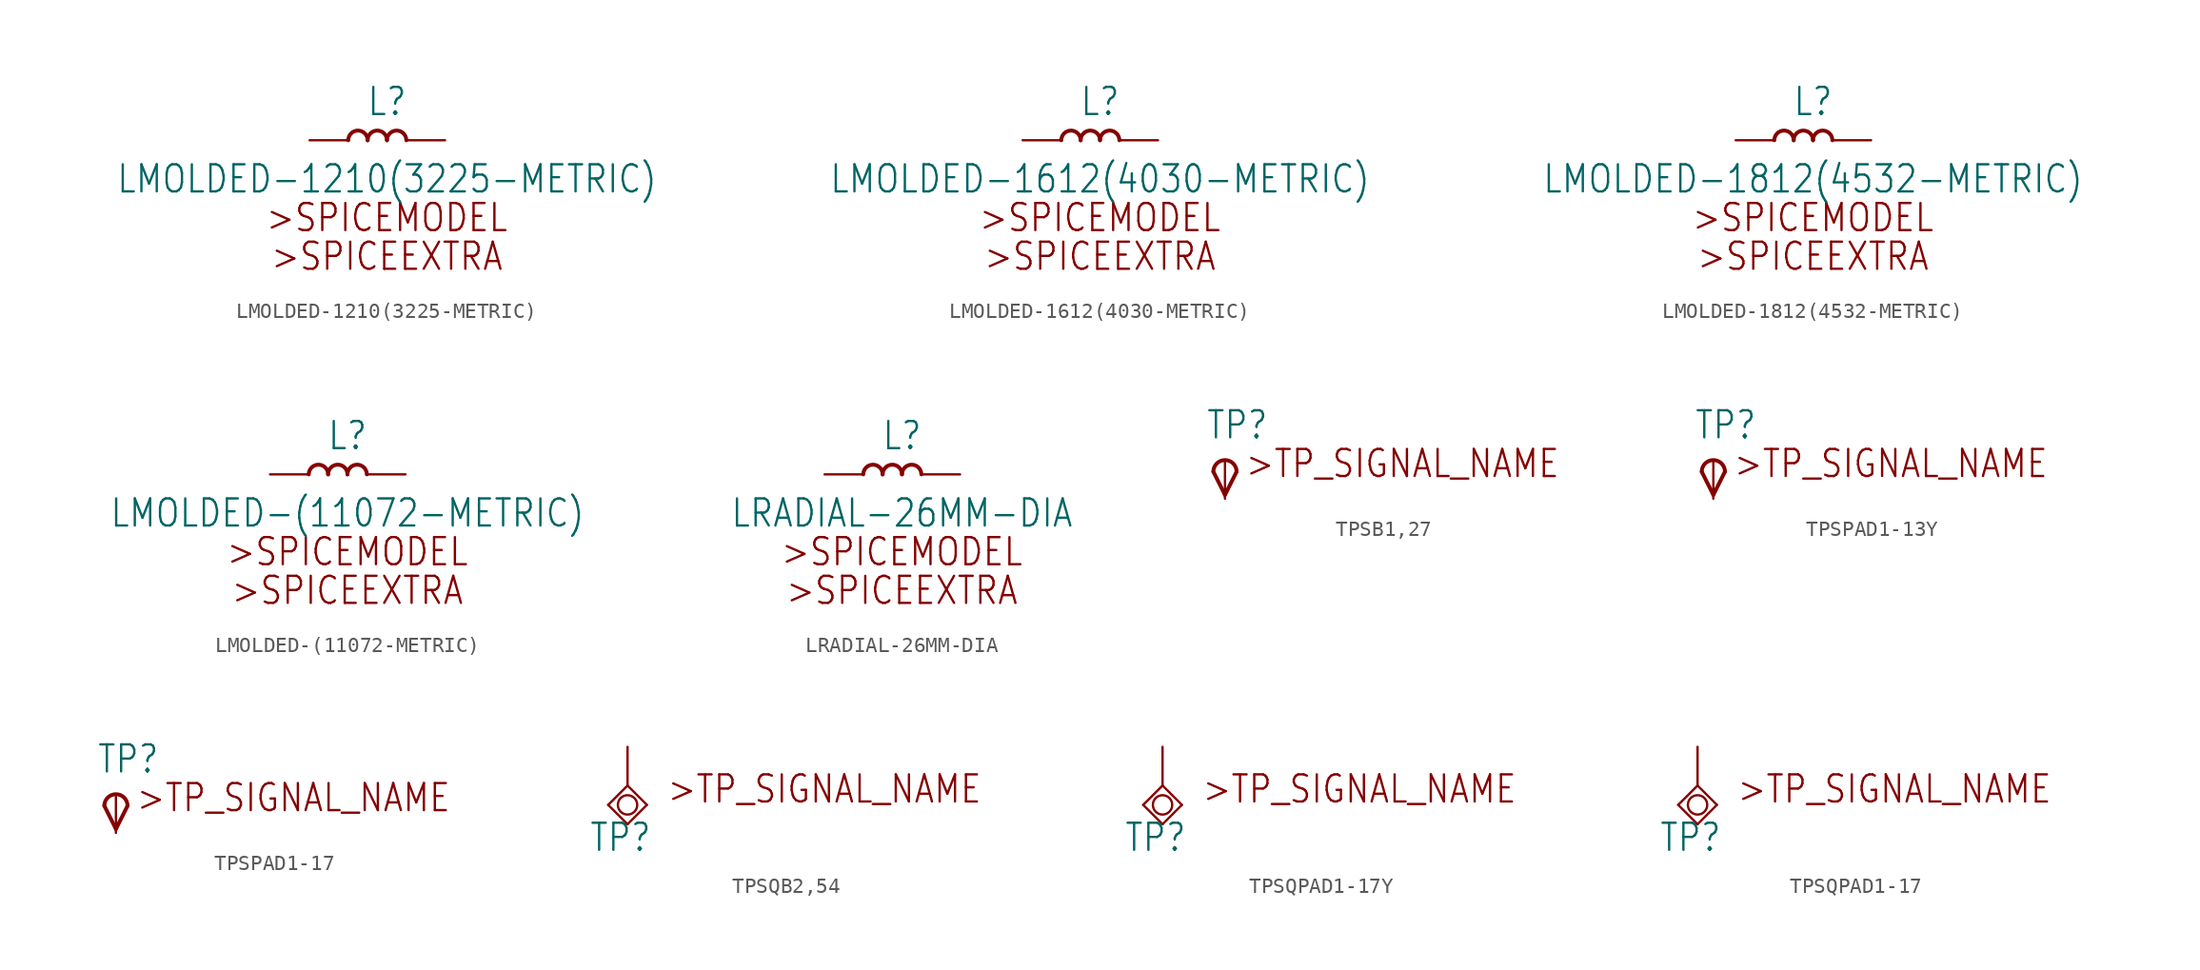
<source format=kicad_sym>
(kicad_symbol_lib
  (version 20211014)
  (generator kicad_symbol_editor)
  (symbol "LMOLDED-1210(3225-METRIC)"
    (property "Reference" "L"
      (at 0 2.54 0)
      (effects (font (size 1.778 1.511))))
    (property "Value" "LMOLDED-1210(3225-METRIC)"
      (at 0 -2.54 0)
      (effects (font (size 1.778 1.511))))
    (property "ki_locked" ""
      (at 0 0 0)
      (effects (font (size 1.27 1.27))))
    (symbol "LMOLDED-1210(3225-METRIC)_1_0"
      (arc (start -1.27 0) (mid -1.905 0.635) (end -2.54 0) (stroke (width 0.254) (type default) (color 0 0 0 0)) (fill (type none)))
      (arc (start 0 0) (mid -0.635 0.635) (end -1.27 0) (stroke (width 0.254) (type default) (color 0 0 0 0)) (fill (type none)))
      (arc (start 1.27 0) (mid 0.635 0.635) (end 0 0) (stroke (width 0.254) (type default) (color 0 0 0 0)) (fill (type none)))
      (text ">SPICEEXTRA" (at 0 -7.62 0) (effects (font (size 1.778 1.511))))
      (text ">SPICEMODEL" (at 0 -5.08 0) (effects (font (size 1.778 1.511))))
      (pin passive line (at -5.08 0 0) (length 2.54) (name "1" (effects (font (size 0 0)))) (number "1" (effects (font (size 0 0)))))
      (pin passive line (at 3.81 0 180) (length 2.54) (name "2" (effects (font (size 0 0)))) (number "2" (effects (font (size 0 0)))))))
  (symbol "LMOLDED-1612(4030-METRIC)"
    (property "Reference" "L"
      (at 0 2.54 0)
      (effects (font (size 1.778 1.511))))
    (property "Value" "LMOLDED-1612(4030-METRIC)"
      (at 0 -2.54 0)
      (effects (font (size 1.778 1.511))))
    (property "ki_locked" ""
      (at 0 0 0)
      (effects (font (size 1.27 1.27))))
    (symbol "LMOLDED-1612(4030-METRIC)_1_0"
      (arc (start -1.27 0) (mid -1.905 0.635) (end -2.54 0) (stroke (width 0.254) (type default) (color 0 0 0 0)) (fill (type none)))
      (arc (start 0 0) (mid -0.635 0.635) (end -1.27 0) (stroke (width 0.254) (type default) (color 0 0 0 0)) (fill (type none)))
      (arc (start 1.27 0) (mid 0.635 0.635) (end 0 0) (stroke (width 0.254) (type default) (color 0 0 0 0)) (fill (type none)))
      (text ">SPICEEXTRA" (at 0 -7.62 0) (effects (font (size 1.778 1.511))))
      (text ">SPICEMODEL" (at 0 -5.08 0) (effects (font (size 1.778 1.511))))
      (pin passive line (at -5.08 0 0) (length 2.54) (name "1" (effects (font (size 0 0)))) (number "1" (effects (font (size 0 0)))))
      (pin passive line (at 3.81 0 180) (length 2.54) (name "2" (effects (font (size 0 0)))) (number "2" (effects (font (size 0 0)))))))
  (symbol "LMOLDED-1812(4532-METRIC)"
    (property "Reference" "L"
      (at 0 2.54 0)
      (effects (font (size 1.778 1.511))))
    (property "Value" "LMOLDED-1812(4532-METRIC)"
      (at 0 -2.54 0)
      (effects (font (size 1.778 1.511))))
    (property "ki_locked" ""
      (at 0 0 0)
      (effects (font (size 1.27 1.27))))
    (symbol "LMOLDED-1812(4532-METRIC)_1_0"
      (arc (start -1.27 0) (mid -1.905 0.635) (end -2.54 0) (stroke (width 0.254) (type default) (color 0 0 0 0)) (fill (type none)))
      (arc (start 0 0) (mid -0.635 0.635) (end -1.27 0) (stroke (width 0.254) (type default) (color 0 0 0 0)) (fill (type none)))
      (arc (start 1.27 0) (mid 0.635 0.635) (end 0 0) (stroke (width 0.254) (type default) (color 0 0 0 0)) (fill (type none)))
      (text ">SPICEEXTRA" (at 0 -7.62 0) (effects (font (size 1.778 1.511))))
      (text ">SPICEMODEL" (at 0 -5.08 0) (effects (font (size 1.778 1.511))))
      (pin passive line (at -5.08 0 0) (length 2.54) (name "1" (effects (font (size 0 0)))) (number "1" (effects (font (size 0 0)))))
      (pin passive line (at 3.81 0 180) (length 2.54) (name "2" (effects (font (size 0 0)))) (number "2" (effects (font (size 0 0)))))))
  (symbol "LMOLDED-(11072-METRIC)"
    (property "Reference" "L"
      (at 0 2.54 0)
      (effects (font (size 1.778 1.511))))
    (property "Value" "LMOLDED-(11072-METRIC)"
      (at 0 -2.54 0)
      (effects (font (size 1.778 1.511))))
    (property "ki_locked" ""
      (at 0 0 0)
      (effects (font (size 1.27 1.27))))
    (symbol "LMOLDED-(11072-METRIC)_1_0"
      (arc (start -1.27 0) (mid -1.905 0.635) (end -2.54 0) (stroke (width 0.254) (type default) (color 0 0 0 0)) (fill (type none)))
      (arc (start 0 0) (mid -0.635 0.635) (end -1.27 0) (stroke (width 0.254) (type default) (color 0 0 0 0)) (fill (type none)))
      (arc (start 1.27 0) (mid 0.635 0.635) (end 0 0) (stroke (width 0.254) (type default) (color 0 0 0 0)) (fill (type none)))
      (text ">SPICEEXTRA" (at 0 -7.62 0) (effects (font (size 1.778 1.511))))
      (text ">SPICEMODEL" (at 0 -5.08 0) (effects (font (size 1.778 1.511))))
      (pin passive line (at -5.08 0 0) (length 2.54) (name "1" (effects (font (size 0 0)))) (number "1" (effects (font (size 0 0)))))
      (pin passive line (at 3.81 0 180) (length 2.54) (name "2" (effects (font (size 0 0)))) (number "2" (effects (font (size 0 0)))))))
  (symbol "LRADIAL-26MM-DIA"
    (property "Reference" "L"
      (at 0 2.54 0)
      (effects (font (size 1.778 1.511))))
    (property "Value" "LRADIAL-26MM-DIA"
      (at 0 -2.54 0)
      (effects (font (size 1.778 1.511))))
    (property "ki_locked" ""
      (at 0 0 0)
      (effects (font (size 1.27 1.27))))
    (symbol "LRADIAL-26MM-DIA_1_0"
      (arc (start -1.27 0) (mid -1.905 0.635) (end -2.54 0) (stroke (width 0.254) (type default) (color 0 0 0 0)) (fill (type none)))
      (arc (start 0 0) (mid -0.635 0.635) (end -1.27 0) (stroke (width 0.254) (type default) (color 0 0 0 0)) (fill (type none)))
      (arc (start 1.27 0) (mid 0.635 0.635) (end 0 0) (stroke (width 0.254) (type default) (color 0 0 0 0)) (fill (type none)))
      (text ">SPICEEXTRA" (at 0 -7.62 0) (effects (font (size 1.778 1.511))))
      (text ">SPICEMODEL" (at 0 -5.08 0) (effects (font (size 1.778 1.511))))
      (pin passive line (at -5.08 0 0) (length 2.54) (name "1" (effects (font (size 0 0)))) (number "1" (effects (font (size 0 0)))))
      (pin passive line (at 3.81 0 180) (length 2.54) (name "2" (effects (font (size 0 0)))) (number "2" (effects (font (size 0 0)))))))
  (symbol "TPSB1,27"
    (property "Reference" "TP"
      (at -1.27 1.27 0)
      (effects (font (size 1.778 1.511)) (justify left bottom)))
    (property "ki_locked" ""
      (at 0 0 0)
      (effects (font (size 1.27 1.27))))
    (symbol "TPSB1,27_1_0"
      (polyline (pts (xy 0 -2.286) (xy -0.762 -0.762)) (stroke (width 0.254) (type default) (color 0 0 0 0)) (fill (type none)))
      (polyline (pts (xy 0.762 -0.762) (xy 0 -2.286)) (stroke (width 0.254) (type default) (color 0 0 0 0)) (fill (type none)))
      (arc (start 0.762 -0.762) (mid 0 0) (end -0.762 -0.762) (stroke (width 0.254) (type default) (color 0 0 0 0)) (fill (type none)))
      (text ">TP_SIGNAL_NAME" (at 1.27 -1.27 0) (effects (font (size 1.778 1.511)) (justify left bottom)))
      (pin input line (at 0 -2.54 90) (length 2.54) (name "PP" (effects (font (size 0 0)))) (number "TP" (effects (font (size 0 0)))))))
  (symbol "TPSPAD1-13Y"
    (property "Reference" "TP"
      (at -1.27 1.27 0)
      (effects (font (size 1.778 1.511)) (justify left bottom)))
    (property "ki_locked" ""
      (at 0 0 0)
      (effects (font (size 1.27 1.27))))
    (symbol "TPSPAD1-13Y_1_0"
      (polyline (pts (xy 0 -2.286) (xy -0.762 -0.762)) (stroke (width 0.254) (type default) (color 0 0 0 0)) (fill (type none)))
      (polyline (pts (xy 0.762 -0.762) (xy 0 -2.286)) (stroke (width 0.254) (type default) (color 0 0 0 0)) (fill (type none)))
      (arc (start 0.762 -0.762) (mid 0 0) (end -0.762 -0.762) (stroke (width 0.254) (type default) (color 0 0 0 0)) (fill (type none)))
      (text ">TP_SIGNAL_NAME" (at 1.27 -1.27 0) (effects (font (size 1.778 1.511)) (justify left bottom)))
      (pin input line (at 0 -2.54 90) (length 2.54) (name "PP" (effects (font (size 0 0)))) (number "TP" (effects (font (size 0 0)))))))
  (symbol "TPSPAD1-17"
    (property "Reference" "TP"
      (at -1.27 1.27 0)
      (effects (font (size 1.778 1.511)) (justify left bottom)))
    (property "ki_locked" ""
      (at 0 0 0)
      (effects (font (size 1.27 1.27))))
    (symbol "TPSPAD1-17_1_0"
      (polyline (pts (xy 0 -2.286) (xy -0.762 -0.762)) (stroke (width 0.254) (type default) (color 0 0 0 0)) (fill (type none)))
      (polyline (pts (xy 0.762 -0.762) (xy 0 -2.286)) (stroke (width 0.254) (type default) (color 0 0 0 0)) (fill (type none)))
      (arc (start 0.762 -0.762) (mid 0 0) (end -0.762 -0.762) (stroke (width 0.254) (type default) (color 0 0 0 0)) (fill (type none)))
      (text ">TP_SIGNAL_NAME" (at 1.27 -1.27 0) (effects (font (size 1.778 1.511)) (justify left bottom)))
      (pin input line (at 0 -2.54 90) (length 2.54) (name "PP" (effects (font (size 0 0)))) (number "TP" (effects (font (size 0 0)))))))
  (symbol "TPSQB2,54"
    (property "Reference" "TP"
      (at -2.54 -4.445 0)
      (effects (font (size 1.778 1.511)) (justify left bottom)))
    (property "ki_locked" ""
      (at 0 0 0)
      (effects (font (size 1.27 1.27))))
    (symbol "TPSQB2,54_1_0"
      (circle (center 0 -1.27) (radius 0.635) (stroke (width 0.152) (type default) (color 0 0 0 0)) (fill (type none)))
      (polyline (pts (xy -1.27 -1.27) (xy 0 -2.54)) (stroke (width 0.152) (type default) (color 0 0 0 0)) (fill (type none)))
      (polyline (pts (xy 0 -2.54) (xy 1.27 -1.27)) (stroke (width 0.152) (type default) (color 0 0 0 0)) (fill (type none)))
      (polyline (pts (xy 0 0) (xy -1.27 -1.27)) (stroke (width 0.152) (type default) (color 0 0 0 0)) (fill (type none)))
      (polyline (pts (xy 1.27 -1.27) (xy 0 0)) (stroke (width 0.152) (type default) (color 0 0 0 0)) (fill (type none)))
      (text ">TP_SIGNAL_NAME" (at 2.54 -1.27 0) (effects (font (size 1.778 1.511)) (justify left bottom)))
      (pin input line (at 0 2.54 270) (length 2.54) (name "TP" (effects (font (size 0 0)))) (number "TP" (effects (font (size 0 0)))))))
  (symbol "TPSQPAD1-17Y"
    (property "Reference" "TP"
      (at -2.54 -4.445 0)
      (effects (font (size 1.778 1.511)) (justify left bottom)))
    (property "ki_locked" ""
      (at 0 0 0)
      (effects (font (size 1.27 1.27))))
    (symbol "TPSQPAD1-17Y_1_0"
      (circle (center 0 -1.27) (radius 0.635) (stroke (width 0.152) (type default) (color 0 0 0 0)) (fill (type none)))
      (polyline (pts (xy -1.27 -1.27) (xy 0 -2.54)) (stroke (width 0.152) (type default) (color 0 0 0 0)) (fill (type none)))
      (polyline (pts (xy 0 -2.54) (xy 1.27 -1.27)) (stroke (width 0.152) (type default) (color 0 0 0 0)) (fill (type none)))
      (polyline (pts (xy 0 0) (xy -1.27 -1.27)) (stroke (width 0.152) (type default) (color 0 0 0 0)) (fill (type none)))
      (polyline (pts (xy 1.27 -1.27) (xy 0 0)) (stroke (width 0.152) (type default) (color 0 0 0 0)) (fill (type none)))
      (text ">TP_SIGNAL_NAME" (at 2.54 -1.27 0) (effects (font (size 1.778 1.511)) (justify left bottom)))
      (pin input line (at 0 2.54 270) (length 2.54) (name "TP" (effects (font (size 0 0)))) (number "TP" (effects (font (size 0 0)))))))
  (symbol "TPSQPAD1-17"
    (property "Reference" "TP"
      (at -2.54 -4.445 0)
      (effects (font (size 1.778 1.511)) (justify left bottom)))
    (property "ki_locked" ""
      (at 0 0 0)
      (effects (font (size 1.27 1.27))))
    (symbol "TPSQPAD1-17_1_0"
      (circle (center 0 -1.27) (radius 0.635) (stroke (width 0.152) (type default) (color 0 0 0 0)) (fill (type none)))
      (polyline (pts (xy -1.27 -1.27) (xy 0 -2.54)) (stroke (width 0.152) (type default) (color 0 0 0 0)) (fill (type none)))
      (polyline (pts (xy 0 -2.54) (xy 1.27 -1.27)) (stroke (width 0.152) (type default) (color 0 0 0 0)) (fill (type none)))
      (polyline (pts (xy 0 0) (xy -1.27 -1.27)) (stroke (width 0.152) (type default) (color 0 0 0 0)) (fill (type none)))
      (polyline (pts (xy 1.27 -1.27) (xy 0 0)) (stroke (width 0.152) (type default) (color 0 0 0 0)) (fill (type none)))
      (text ">TP_SIGNAL_NAME" (at 2.54 -1.27 0) (effects (font (size 1.778 1.511)) (justify left bottom)))
      (pin input line (at 0 2.54 270) (length 2.54) (name "TP" (effects (font (size 0 0)))) (number "TP" (effects (font (size 0 0))))))))
</source>
